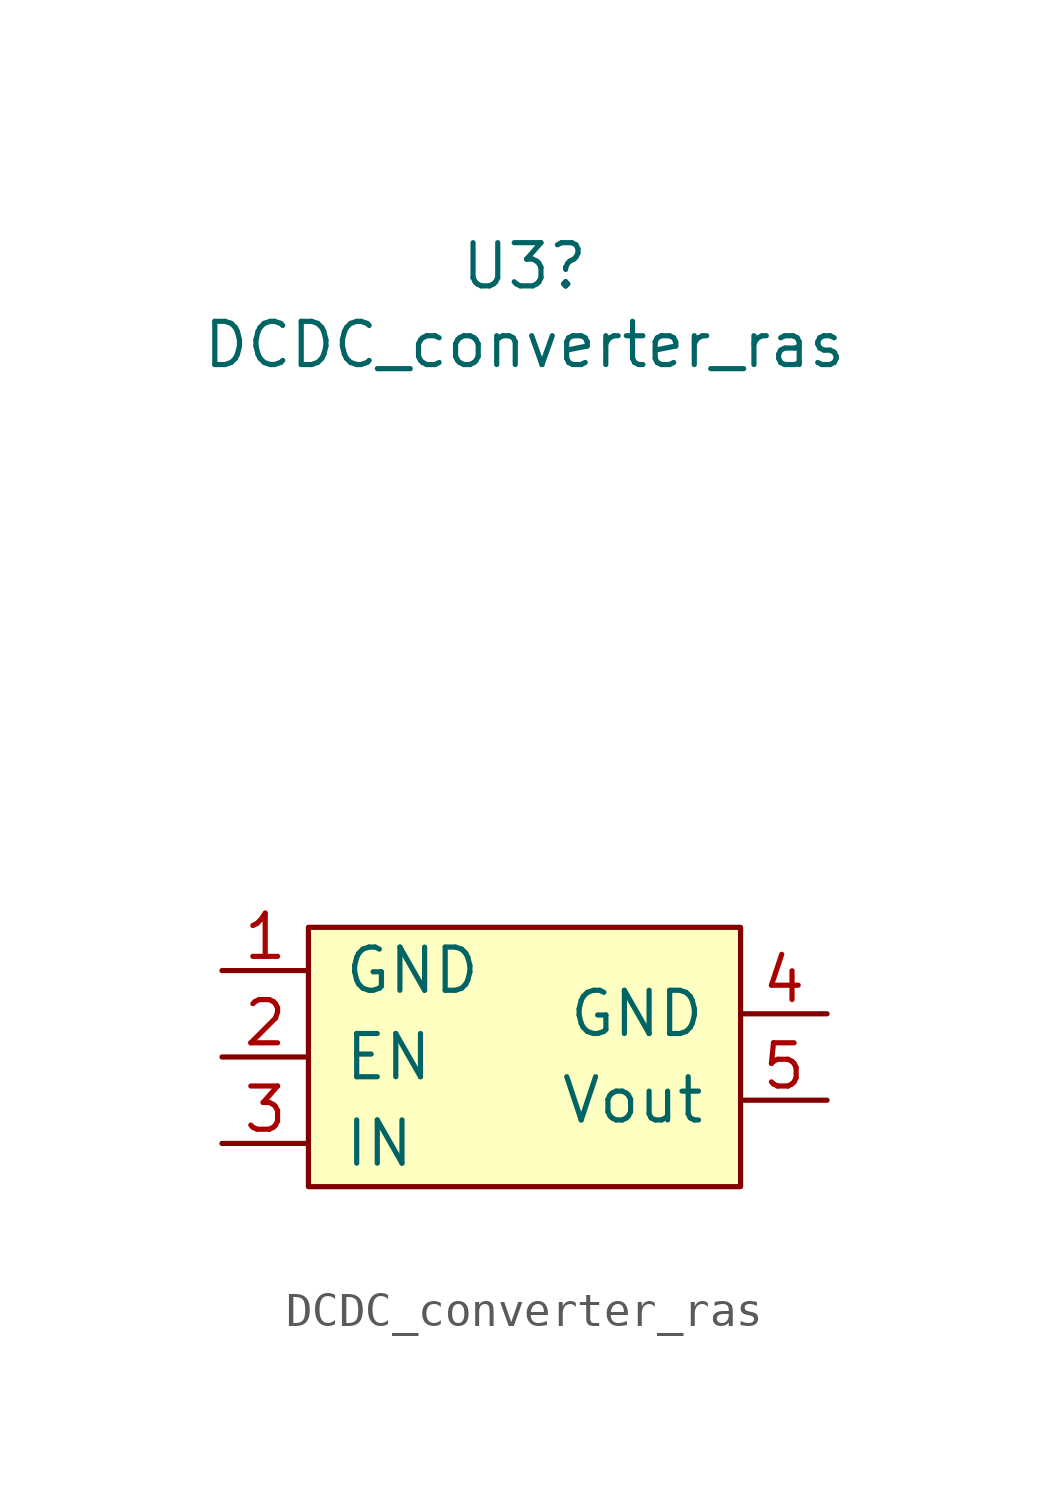
<source format=kicad_sym>
(kicad_symbol_lib
  (version 20211014)
  (generator kicad_symbol_editor)
  (symbol "DCDC_converter_ras"
    (pin_names
      (offset 1.016))
    (property "Reference" "U3"
      (at 0 15.621 0)
      (effects (font (size 1.27 1.27))))
    (property "Value" "DCDC_converter_ras"
      (at 0 13.31 0)
      (effects (font (size 1.27 1.27))))
    (symbol "DCDC_converter_ras_0_1"
      (rectangle (start -6.35 -3.81) (end 6.35 -11.43) (stroke (width 0) (type default) (color 0 0 0 0)) (fill (type background))))
    (symbol "DCDC_converter_ras_1_1"
      (pin passive line (at -8.89 -5.08 0) (length 2.54) (name "GND" (effects (font (size 1.27 1.27)))) (number "1" (effects (font (size 1.27 1.27)))))
      (pin passive line (at -8.89 -7.62 0) (length 2.54) (name "EN" (effects (font (size 1.27 1.27)))) (number "2" (effects (font (size 1.27 1.27)))))
      (pin input line (at -8.89 -10.16 0) (length 2.54) (name "IN" (effects (font (size 1.27 1.27)))) (number "3" (effects (font (size 1.27 1.27)))))
      (pin passive line (at 8.89 -6.35 180) (length 2.54) (name "GND" (effects (font (size 1.27 1.27)))) (number "4" (effects (font (size 1.27 1.27)))))
      (pin output line (at 8.89 -8.89 180) (length 2.54) (name "Vout" (effects (font (size 1.27 1.27)))) (number "5" (effects (font (size 1.27 1.27))))))))
</source>
